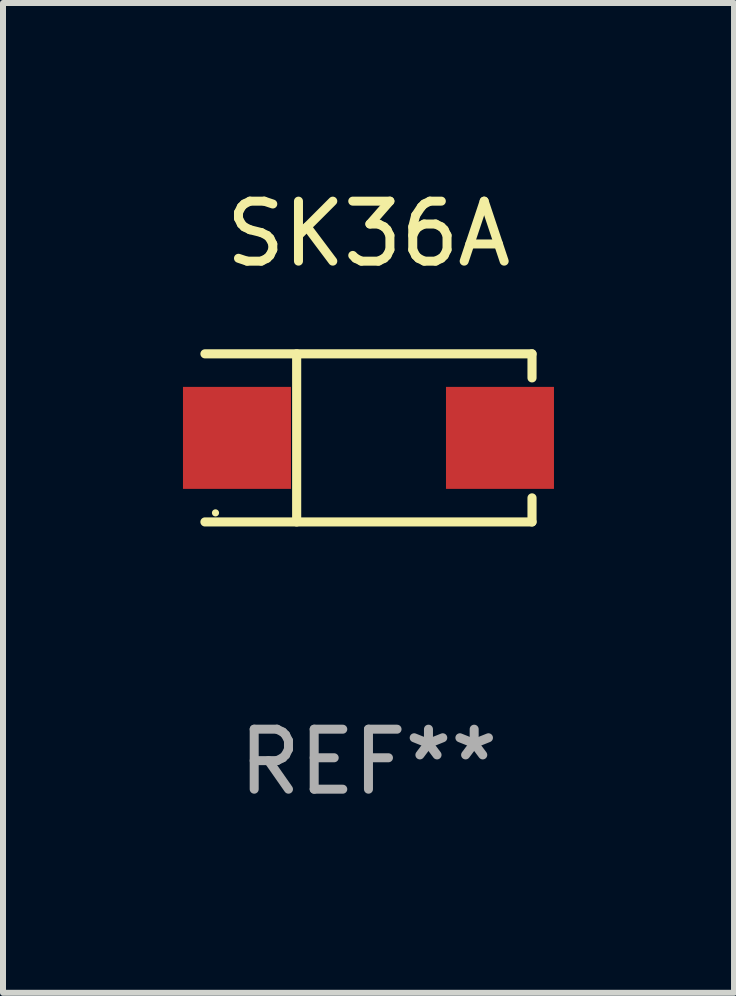
<source format=kicad_pcb>
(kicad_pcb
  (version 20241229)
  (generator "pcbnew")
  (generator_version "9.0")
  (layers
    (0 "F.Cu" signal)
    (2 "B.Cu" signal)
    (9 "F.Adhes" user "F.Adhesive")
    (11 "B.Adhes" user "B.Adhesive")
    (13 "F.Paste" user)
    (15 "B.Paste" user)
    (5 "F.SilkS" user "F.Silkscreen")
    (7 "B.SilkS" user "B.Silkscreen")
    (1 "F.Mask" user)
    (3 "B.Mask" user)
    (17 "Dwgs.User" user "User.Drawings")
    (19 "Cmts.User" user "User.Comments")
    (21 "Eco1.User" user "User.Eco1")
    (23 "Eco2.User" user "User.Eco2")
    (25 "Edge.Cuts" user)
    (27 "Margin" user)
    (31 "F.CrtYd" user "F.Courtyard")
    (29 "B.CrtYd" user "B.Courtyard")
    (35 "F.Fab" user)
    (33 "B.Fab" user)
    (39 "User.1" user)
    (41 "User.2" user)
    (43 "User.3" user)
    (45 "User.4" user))
  (footprint "SK36A"
    (layer "F.Cu")
    (at 3.092 4.249)
    (property "Reference" "SK36A" (at 0 -3.401 0) (layer "F.SilkS") (effects (font (size 1 1) (thickness 0.15))))
    (attr through_hole)
    (fp_line (start -2.726 -1.401) (end 2.726 -1.401) (stroke (width 0.152) (type solid)) (layer "F.SilkS"))
    (fp_line (start -2.726 1.401) (end 2.726 1.401) (stroke (width 0.152) (type solid)) (layer "F.SilkS"))
    (fp_line (start -1.197 -1.401) (end -1.197 1.401) (stroke (width 0.152) (type solid)) (layer "F.SilkS"))
    (fp_line (start 2.726 -1.401) (end 2.726 -1) (stroke (width 0.152) (type solid)) (layer "F.SilkS"))
    (fp_line (start 2.726 1.401) (end 2.726 1) (stroke (width 0.152) (type solid)) (layer "F.SilkS"))
    (fp_circle (center -2.55 1.25) (end -2.52 1.25) (stroke (width 0.06) (type solid)) (fill no) (layer "F.SilkS"))
    (fp_text user "REF**" (at 0 5.401 0) (layer "F.Fab") (effects (font (size 1 1) (thickness 0.15))))
    (pad "1" smd rect (at -2.192 0) (size 1.8 1.7) (layers "F.Cu" "F.Mask" "F.Paste"))
    (pad "2" smd rect (at 2.192 0) (size 1.8 1.7) (layers "F.Cu" "F.Mask" "F.Paste")))
  (gr_rect
    (start -3 -3)
    (end 9.185 13.499)
    (stroke (width 0.1) (type default))
    (fill no)
    (layer "Edge.Cuts")))
</source>
